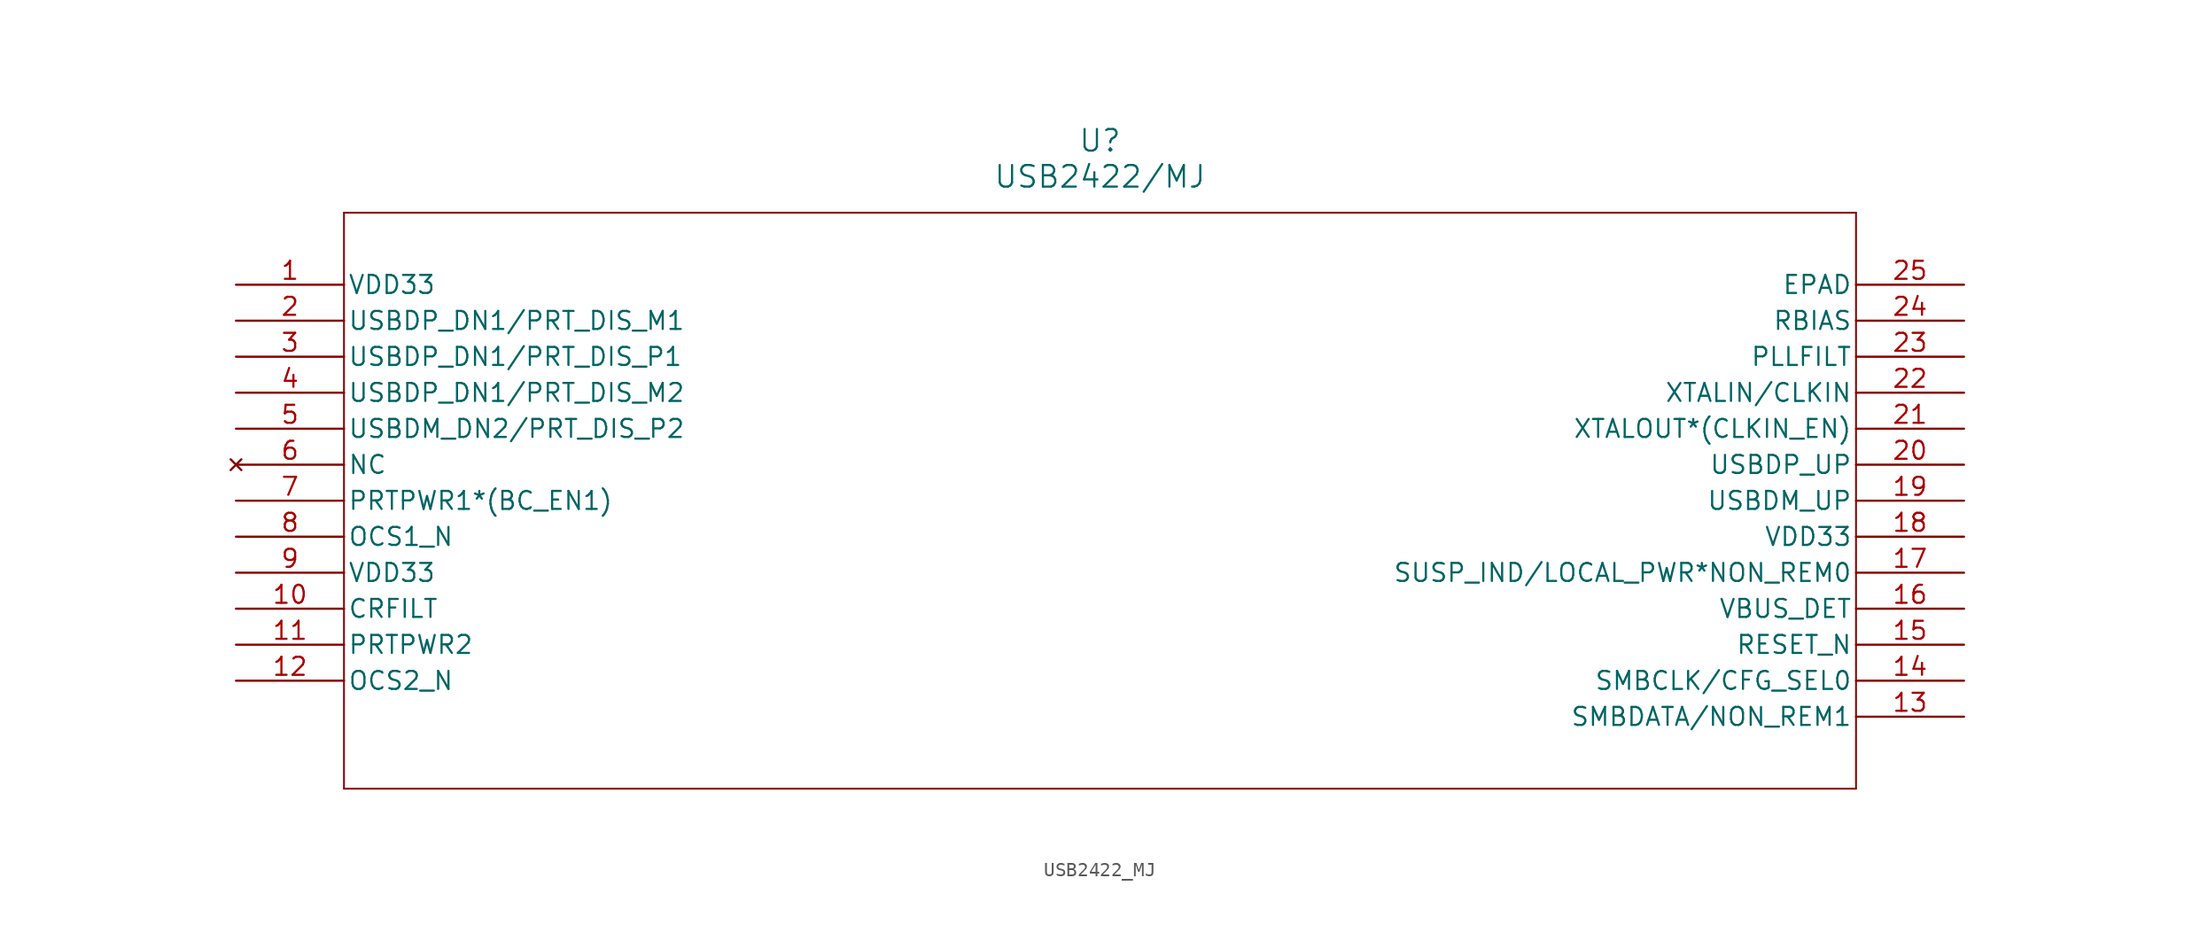
<source format=kicad_sym>
(kicad_symbol_lib
  (version 20211014)
  (generator kicad_symbol_editor)
  (symbol "USB2422_MJ"
    (pin_names
      (offset 0.254))
    (property "Reference" "U"
      (at 60.96 10.16 0)
      (effects (font (size 1.524 1.524))))
    (property "Value" "USB2422/MJ"
      (at 60.96 7.62 0)
      (effects (font (size 1.524 1.524))))
    (symbol "USB2422_MJ_0_1"
      (polyline (pts (xy 7.62 5.08) (xy 7.62 -35.56)) (stroke (width 0.127) (type default) (color 0 0 0 0)) (fill (type none)))
      (polyline (pts (xy 7.62 -35.56) (xy 114.3 -35.56)) (stroke (width 0.127) (type default) (color 0 0 0 0)) (fill (type none)))
      (polyline (pts (xy 114.3 -35.56) (xy 114.3 5.08)) (stroke (width 0.127) (type default) (color 0 0 0 0)) (fill (type none)))
      (polyline (pts (xy 114.3 5.08) (xy 7.62 5.08)) (stroke (width 0.127) (type default) (color 0 0 0 0)) (fill (type none)))
      (pin power_in line (at 0 0 0) (length 7.62) (name "VDD33" (effects (font (size 1.27 1.27)))) (number "1" (effects (font (size 1.27 1.27)))))
      (pin bidirectional line (at 0 -2.54 0) (length 7.62) (name "USBDP_DN1/PRT_DIS_M1" (effects (font (size 1.27 1.27)))) (number "2" (effects (font (size 1.27 1.27)))))
      (pin bidirectional line (at 0 -5.08 0) (length 7.62) (name "USBDP_DN1/PRT_DIS_P1" (effects (font (size 1.27 1.27)))) (number "3" (effects (font (size 1.27 1.27)))))
      (pin bidirectional line (at 0 -7.62 0) (length 7.62) (name "USBDP_DN1/PRT_DIS_M2" (effects (font (size 1.27 1.27)))) (number "4" (effects (font (size 1.27 1.27)))))
      (pin bidirectional line (at 0 -10.16 0) (length 7.62) (name "USBDM_DN2/PRT_DIS_P2" (effects (font (size 1.27 1.27)))) (number "5" (effects (font (size 1.27 1.27)))))
      (pin no_connect line (at 0 -12.7 0) (length 7.62) (name "NC" (effects (font (size 1.27 1.27)))) (number "6" (effects (font (size 1.27 1.27)))))
      (pin bidirectional line (at 0 -15.24 0) (length 7.62) (name "PRTPWR1*(BC_EN1)" (effects (font (size 1.27 1.27)))) (number "7" (effects (font (size 1.27 1.27)))))
      (pin input line (at 0 -17.78 0) (length 7.62) (name "OCS1_N" (effects (font (size 1.27 1.27)))) (number "8" (effects (font (size 1.27 1.27)))))
      (pin power_in line (at 0 -20.32 0) (length 7.62) (name "VDD33" (effects (font (size 1.27 1.27)))) (number "9" (effects (font (size 1.27 1.27)))))
      (pin unspecified line (at 0 -22.86 0) (length 7.62) (name "CRFILT" (effects (font (size 1.27 1.27)))) (number "10" (effects (font (size 1.27 1.27)))))
      (pin power_in line (at 0 -25.4 0) (length 7.62) (name "PRTPWR2" (effects (font (size 1.27 1.27)))) (number "11" (effects (font (size 1.27 1.27)))))
      (pin input line (at 0 -27.94 0) (length 7.62) (name "OCS2_N" (effects (font (size 1.27 1.27)))) (number "12" (effects (font (size 1.27 1.27)))))
      (pin bidirectional line (at 121.92 -30.48 180) (length 7.62) (name "SMBDATA/NON_REM1" (effects (font (size 1.27 1.27)))) (number "13" (effects (font (size 1.27 1.27)))))
      (pin bidirectional line (at 121.92 -27.94 180) (length 7.62) (name "SMBCLK/CFG_SEL0" (effects (font (size 1.27 1.27)))) (number "14" (effects (font (size 1.27 1.27)))))
      (pin input line (at 121.92 -25.4 180) (length 7.62) (name "RESET_N" (effects (font (size 1.27 1.27)))) (number "15" (effects (font (size 1.27 1.27)))))
      (pin input line (at 121.92 -22.86 180) (length 7.62) (name "VBUS_DET" (effects (font (size 1.27 1.27)))) (number "16" (effects (font (size 1.27 1.27)))))
      (pin bidirectional line (at 121.92 -20.32 180) (length 7.62) (name "SUSP_IND/LOCAL_PWR*NON_REM0" (effects (font (size 1.27 1.27)))) (number "17" (effects (font (size 1.27 1.27)))))
      (pin power_in line (at 121.92 -17.78 180) (length 7.62) (name "VDD33" (effects (font (size 1.27 1.27)))) (number "18" (effects (font (size 1.27 1.27)))))
      (pin unspecified line (at 121.92 -15.24 180) (length 7.62) (name "USBDM_UP" (effects (font (size 1.27 1.27)))) (number "19" (effects (font (size 1.27 1.27)))))
      (pin unspecified line (at 121.92 -12.7 180) (length 7.62) (name "USBDP_UP" (effects (font (size 1.27 1.27)))) (number "20" (effects (font (size 1.27 1.27)))))
      (pin output line (at 121.92 -10.16 180) (length 7.62) (name "XTALOUT*(CLKIN_EN)" (effects (font (size 1.27 1.27)))) (number "21" (effects (font (size 1.27 1.27)))))
      (pin input line (at 121.92 -7.62 180) (length 7.62) (name "XTALIN/CLKIN" (effects (font (size 1.27 1.27)))) (number "22" (effects (font (size 1.27 1.27)))))
      (pin output line (at 121.92 -5.08 180) (length 7.62) (name "PLLFILT" (effects (font (size 1.27 1.27)))) (number "23" (effects (font (size 1.27 1.27)))))
      (pin unspecified line (at 121.92 -2.54 180) (length 7.62) (name "RBIAS" (effects (font (size 1.27 1.27)))) (number "24" (effects (font (size 1.27 1.27)))))
      (pin unspecified line (at 121.92 0 180) (length 7.62) (name "EPAD" (effects (font (size 1.27 1.27)))) (number "25" (effects (font (size 1.27 1.27))))))))
</source>
